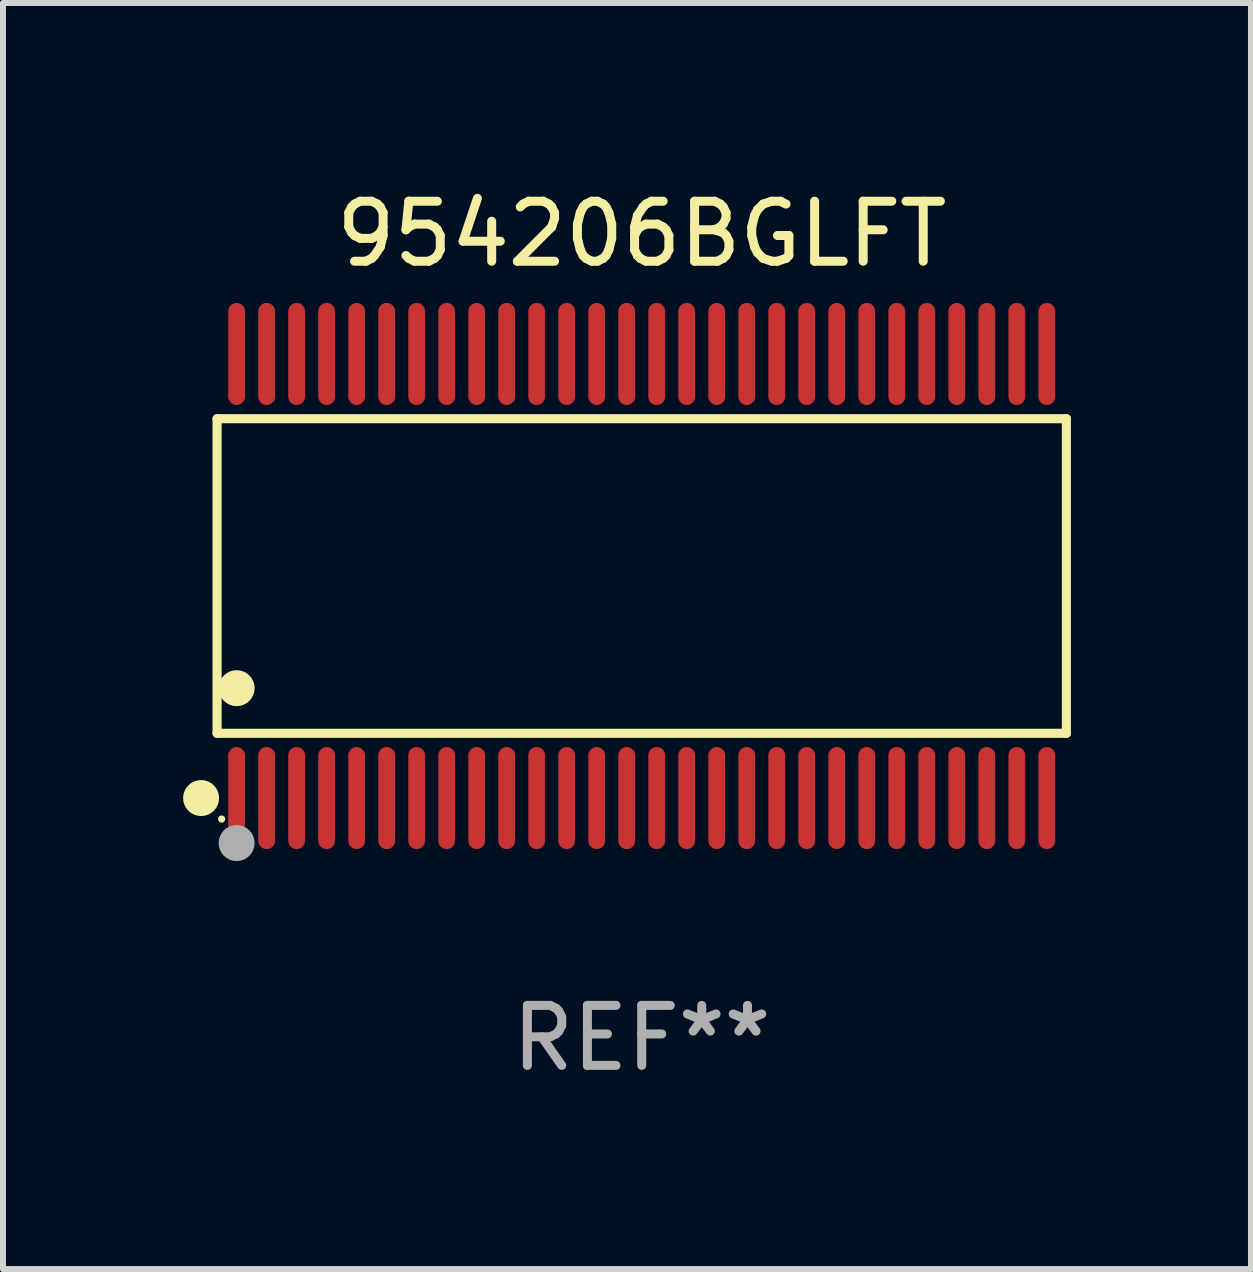
<source format=kicad_pcb>
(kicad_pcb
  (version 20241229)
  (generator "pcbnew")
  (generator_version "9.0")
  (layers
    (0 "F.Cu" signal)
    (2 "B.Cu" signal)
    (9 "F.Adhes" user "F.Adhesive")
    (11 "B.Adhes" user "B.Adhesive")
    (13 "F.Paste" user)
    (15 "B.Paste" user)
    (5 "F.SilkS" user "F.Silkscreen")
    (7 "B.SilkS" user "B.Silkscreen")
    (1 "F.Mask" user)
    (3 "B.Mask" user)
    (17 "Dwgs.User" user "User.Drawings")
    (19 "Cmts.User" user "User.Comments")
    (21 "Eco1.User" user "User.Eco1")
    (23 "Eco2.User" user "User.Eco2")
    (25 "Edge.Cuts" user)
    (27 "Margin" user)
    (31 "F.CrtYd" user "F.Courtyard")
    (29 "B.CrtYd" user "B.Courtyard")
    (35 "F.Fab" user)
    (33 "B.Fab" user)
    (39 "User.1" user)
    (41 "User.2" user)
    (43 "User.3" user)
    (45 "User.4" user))
  (footprint "954206BGLFT"
    (layer "F.Cu")
    (at 7.643 6.548)
    (property "Reference" "954206BGLFT" (at 0 -5.7 0) (layer "F.SilkS") (effects (font (size 1 1) (thickness 0.15))))
    (attr through_hole)
    (fp_line (start -7.076 -2.621) (end 7.076 -2.621) (stroke (width 0.152) (type solid)) (layer "F.SilkS"))
    (fp_line (start -7.076 2.621) (end -7.076 -2.621) (stroke (width 0.152) (type solid)) (layer "F.SilkS"))
    (fp_line (start 7.076 -2.621) (end 7.076 2.621) (stroke (width 0.152) (type solid)) (layer "F.SilkS"))
    (fp_line (start 7.076 2.621) (end -7.076 2.621) (stroke (width 0.152) (type solid)) (layer "F.SilkS"))
    (fp_circle (center -7.342 3.7) (end -7.192 3.7) (stroke (width 0.3) (type solid)) (fill no) (layer "F.SilkS"))
    (fp_circle (center -7 4.05) (end -6.97 4.05) (stroke (width 0.06) (type solid)) (fill no) (layer "F.SilkS"))
    (fp_circle (center -6.75 1.869) (end -6.6 1.869) (stroke (width 0.3) (type solid)) (fill no) (layer "F.SilkS"))
    (fp_circle (center -6.75 4.45) (end -6.6 4.45) (stroke (width 0.3) (type solid)) (fill no) (layer "F.Fab"))
    (fp_text user "REF**" (at 0 7.7 0) (layer "F.Fab") (effects (font (size 1 1) (thickness 0.15))))
    (pad "1" smd oval (at -6.75 3.7) (size 0.28 1.7) (layers "F.Cu" "F.Mask" "F.Paste"))
    (pad "2" smd oval (at -6.25 3.7) (size 0.28 1.7) (layers "F.Cu" "F.Mask" "F.Paste"))
    (pad "3" smd oval (at -5.75 3.7) (size 0.28 1.7) (layers "F.Cu" "F.Mask" "F.Paste"))
    (pad "4" smd oval (at -5.25 3.7) (size 0.28 1.7) (layers "F.Cu" "F.Mask" "F.Paste"))
    (pad "5" smd oval (at -4.75 3.7) (size 0.28 1.7) (layers "F.Cu" "F.Mask" "F.Paste"))
    (pad "6" smd oval (at -4.25 3.7) (size 0.28 1.7) (layers "F.Cu" "F.Mask" "F.Paste"))
    (pad "7" smd oval (at -3.75 3.7) (size 0.28 1.7) (layers "F.Cu" "F.Mask" "F.Paste"))
    (pad "8" smd oval (at -3.25 3.7) (size 0.28 1.7) (layers "F.Cu" "F.Mask" "F.Paste"))
    (pad "9" smd oval (at -2.75 3.7) (size 0.28 1.7) (layers "F.Cu" "F.Mask" "F.Paste"))
    (pad "10" smd oval (at -2.25 3.7) (size 0.28 1.7) (layers "F.Cu" "F.Mask" "F.Paste"))
    (pad "11" smd oval (at -1.75 3.7) (size 0.28 1.7) (layers "F.Cu" "F.Mask" "F.Paste"))
    (pad "12" smd oval (at -1.25 3.7) (size 0.28 1.7) (layers "F.Cu" "F.Mask" "F.Paste"))
    (pad "13" smd oval (at -0.75 3.7) (size 0.28 1.7) (layers "F.Cu" "F.Mask" "F.Paste"))
    (pad "14" smd oval (at -0.25 3.7) (size 0.28 1.7) (layers "F.Cu" "F.Mask" "F.Paste"))
    (pad "15" smd oval (at 0.25 3.7) (size 0.28 1.7) (layers "F.Cu" "F.Mask" "F.Paste"))
    (pad "16" smd oval (at 0.75 3.7) (size 0.28 1.7) (layers "F.Cu" "F.Mask" "F.Paste"))
    (pad "17" smd oval (at 1.25 3.7) (size 0.28 1.7) (layers "F.Cu" "F.Mask" "F.Paste"))
    (pad "18" smd oval (at 1.75 3.7) (size 0.28 1.7) (layers "F.Cu" "F.Mask" "F.Paste"))
    (pad "19" smd oval (at 2.25 3.7) (size 0.28 1.7) (layers "F.Cu" "F.Mask" "F.Paste"))
    (pad "20" smd oval (at 2.75 3.7) (size 0.28 1.7) (layers "F.Cu" "F.Mask" "F.Paste"))
    (pad "21" smd oval (at 3.25 3.7) (size 0.28 1.7) (layers "F.Cu" "F.Mask" "F.Paste"))
    (pad "22" smd oval (at 3.75 3.7) (size 0.28 1.7) (layers "F.Cu" "F.Mask" "F.Paste"))
    (pad "23" smd oval (at 4.25 3.7) (size 0.28 1.7) (layers "F.Cu" "F.Mask" "F.Paste"))
    (pad "24" smd oval (at 4.75 3.7) (size 0.28 1.7) (layers "F.Cu" "F.Mask" "F.Paste"))
    (pad "25" smd oval (at 5.25 3.7) (size 0.28 1.7) (layers "F.Cu" "F.Mask" "F.Paste"))
    (pad "26" smd oval (at 5.75 3.7) (size 0.28 1.7) (layers "F.Cu" "F.Mask" "F.Paste"))
    (pad "27" smd oval (at 6.25 3.7) (size 0.28 1.7) (layers "F.Cu" "F.Mask" "F.Paste"))
    (pad "28" smd oval (at 6.75 3.7) (size 0.28 1.7) (layers "F.Cu" "F.Mask" "F.Paste"))
    (pad "29" smd oval (at 6.75 -3.7) (size 0.28 1.7) (layers "F.Cu" "F.Mask" "F.Paste"))
    (pad "30" smd oval (at 6.25 -3.7) (size 0.28 1.7) (layers "F.Cu" "F.Mask" "F.Paste"))
    (pad "31" smd oval (at 5.75 -3.7) (size 0.28 1.7) (layers "F.Cu" "F.Mask" "F.Paste"))
    (pad "32" smd oval (at 5.25 -3.7) (size 0.28 1.7) (layers "F.Cu" "F.Mask" "F.Paste"))
    (pad "33" smd oval (at 4.75 -3.7) (size 0.28 1.7) (layers "F.Cu" "F.Mask" "F.Paste"))
    (pad "34" smd oval (at 4.25 -3.7) (size 0.28 1.7) (layers "F.Cu" "F.Mask" "F.Paste"))
    (pad "35" smd oval (at 3.75 -3.7) (size 0.28 1.7) (layers "F.Cu" "F.Mask" "F.Paste"))
    (pad "36" smd oval (at 3.25 -3.7) (size 0.28 1.7) (layers "F.Cu" "F.Mask" "F.Paste"))
    (pad "37" smd oval (at 2.75 -3.7) (size 0.28 1.7) (layers "F.Cu" "F.Mask" "F.Paste"))
    (pad "38" smd oval (at 2.25 -3.7) (size 0.28 1.7) (layers "F.Cu" "F.Mask" "F.Paste"))
    (pad "39" smd oval (at 1.75 -3.7) (size 0.28 1.7) (layers "F.Cu" "F.Mask" "F.Paste"))
    (pad "40" smd oval (at 1.25 -3.7) (size 0.28 1.7) (layers "F.Cu" "F.Mask" "F.Paste"))
    (pad "41" smd oval (at 0.75 -3.7) (size 0.28 1.7) (layers "F.Cu" "F.Mask" "F.Paste"))
    (pad "42" smd oval (at 0.25 -3.7) (size 0.28 1.7) (layers "F.Cu" "F.Mask" "F.Paste"))
    (pad "43" smd oval (at -0.25 -3.7) (size 0.28 1.7) (layers "F.Cu" "F.Mask" "F.Paste"))
    (pad "44" smd oval (at -0.75 -3.7) (size 0.28 1.7) (layers "F.Cu" "F.Mask" "F.Paste"))
    (pad "45" smd oval (at -1.25 -3.7) (size 0.28 1.7) (layers "F.Cu" "F.Mask" "F.Paste"))
    (pad "46" smd oval (at -1.75 -3.7) (size 0.28 1.7) (layers "F.Cu" "F.Mask" "F.Paste"))
    (pad "47" smd oval (at -2.25 -3.7) (size 0.28 1.7) (layers "F.Cu" "F.Mask" "F.Paste"))
    (pad "48" smd oval (at -2.75 -3.7) (size 0.28 1.7) (layers "F.Cu" "F.Mask" "F.Paste"))
    (pad "49" smd oval (at -3.25 -3.7) (size 0.28 1.7) (layers "F.Cu" "F.Mask" "F.Paste"))
    (pad "50" smd oval (at -3.75 -3.7) (size 0.28 1.7) (layers "F.Cu" "F.Mask" "F.Paste"))
    (pad "51" smd oval (at -4.25 -3.7) (size 0.28 1.7) (layers "F.Cu" "F.Mask" "F.Paste"))
    (pad "52" smd oval (at -4.75 -3.7) (size 0.28 1.7) (layers "F.Cu" "F.Mask" "F.Paste"))
    (pad "53" smd oval (at -5.25 -3.7) (size 0.28 1.7) (layers "F.Cu" "F.Mask" "F.Paste"))
    (pad "54" smd oval (at -5.75 -3.7) (size 0.28 1.7) (layers "F.Cu" "F.Mask" "F.Paste"))
    (pad "55" smd oval (at -6.25 -3.7) (size 0.28 1.7) (layers "F.Cu" "F.Mask" "F.Paste"))
    (pad "56" smd oval (at -6.75 -3.7) (size 0.28 1.7) (layers "F.Cu" "F.Mask" "F.Paste")))
  (gr_rect
    (start -3 -3)
    (end 17.795 18.097)
    (stroke (width 0.1) (type default))
    (fill no)
    (layer "Edge.Cuts")))
</source>
